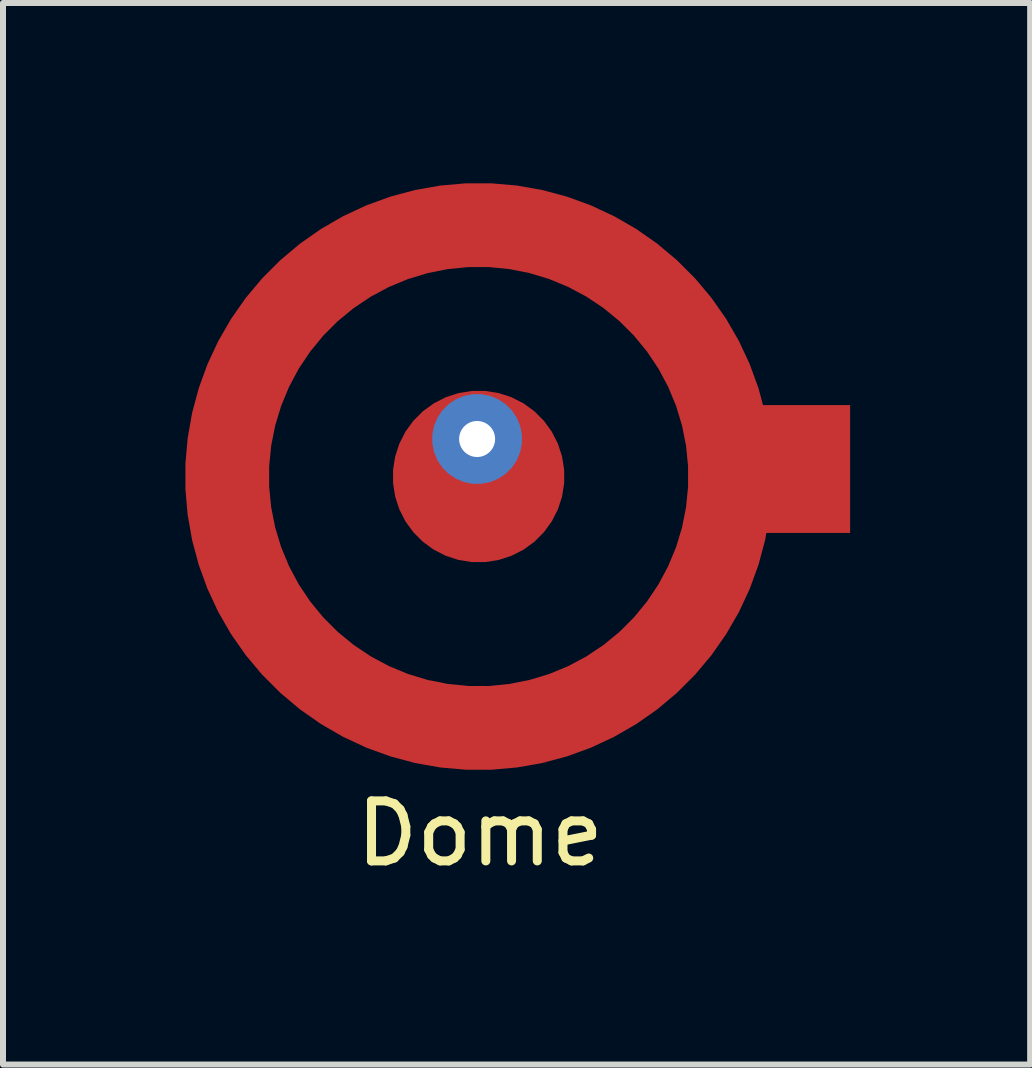
<source format=kicad_pcb>
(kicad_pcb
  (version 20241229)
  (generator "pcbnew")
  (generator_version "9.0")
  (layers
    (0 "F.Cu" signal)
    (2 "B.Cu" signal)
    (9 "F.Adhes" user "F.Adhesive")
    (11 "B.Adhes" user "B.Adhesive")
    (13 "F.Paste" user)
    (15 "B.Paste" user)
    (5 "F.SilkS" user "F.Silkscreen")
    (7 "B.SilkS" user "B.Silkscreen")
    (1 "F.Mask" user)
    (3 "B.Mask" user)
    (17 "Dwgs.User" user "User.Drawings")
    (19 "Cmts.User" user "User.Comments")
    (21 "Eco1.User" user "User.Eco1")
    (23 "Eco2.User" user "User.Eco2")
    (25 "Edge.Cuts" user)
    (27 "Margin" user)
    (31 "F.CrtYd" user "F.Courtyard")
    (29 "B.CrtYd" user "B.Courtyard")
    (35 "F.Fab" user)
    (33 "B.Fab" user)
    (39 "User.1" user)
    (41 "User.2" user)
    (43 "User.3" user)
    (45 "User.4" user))
  (footprint "Dome"
    (layer "F.Cu")
    (at 4.95 4.765)
    (property "Reference" "Dome" (at 0 6.075 0) (layer "F.SilkS") (effects (font (size 1 1) (thickness 0.15))))
    (attr through_hole)
    (fp_circle (center -0.05 0.15) (end 2.4 0.15) (stroke (width 4.9) (type solid)) (fill no) (layer "F.Mask"))
    (pad "" thru_hole custom (at -0.05 -0.5) (size 1.5 1.5) (drill 0.6) (layers "*.Cu" "B.Mask") (options (anchor circle)) (primitives))
    (pad "" smd custom (at -0.025 0.125) (size 2.86 2.86) (layers "F.Cu") (options (anchor circle)) (primitives))
    (pad "" smd custom (at 4.175 0.025) (size 1.3 1.3) (layers "F.Cu") (options (anchor rect)) (primitives (gr_circle (center -4.2 0.1) (end -0.01 0.1) (width 1.4) (fill no))))
    (pad "" smd rect (at 4.95 0) (size 2.43 2.13) (layers "F.Cu" "F.Mask" "F.Paste")))
  (gr_rect
    (start -3 -3)
    (end 14.115 14.688)
    (stroke (width 0.1) (type default))
    (fill no)
    (layer "Edge.Cuts")))
</source>
